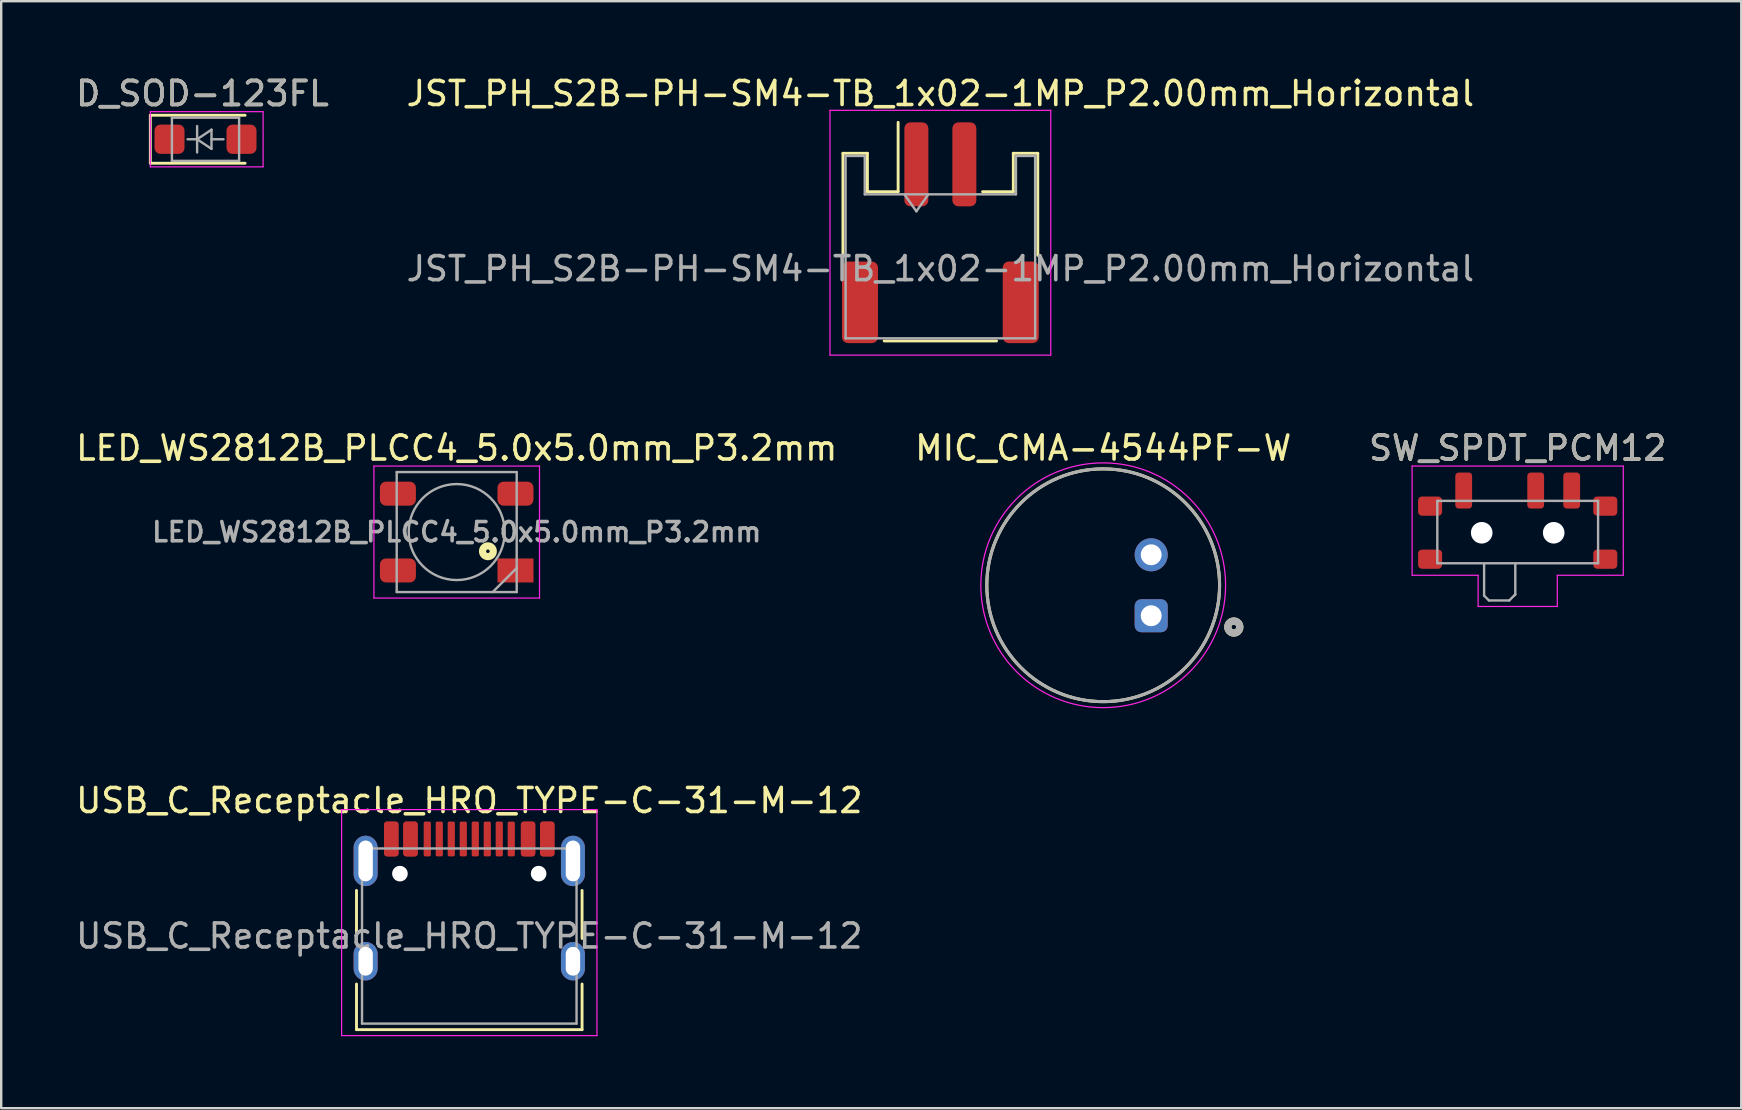
<source format=kicad_pcb>
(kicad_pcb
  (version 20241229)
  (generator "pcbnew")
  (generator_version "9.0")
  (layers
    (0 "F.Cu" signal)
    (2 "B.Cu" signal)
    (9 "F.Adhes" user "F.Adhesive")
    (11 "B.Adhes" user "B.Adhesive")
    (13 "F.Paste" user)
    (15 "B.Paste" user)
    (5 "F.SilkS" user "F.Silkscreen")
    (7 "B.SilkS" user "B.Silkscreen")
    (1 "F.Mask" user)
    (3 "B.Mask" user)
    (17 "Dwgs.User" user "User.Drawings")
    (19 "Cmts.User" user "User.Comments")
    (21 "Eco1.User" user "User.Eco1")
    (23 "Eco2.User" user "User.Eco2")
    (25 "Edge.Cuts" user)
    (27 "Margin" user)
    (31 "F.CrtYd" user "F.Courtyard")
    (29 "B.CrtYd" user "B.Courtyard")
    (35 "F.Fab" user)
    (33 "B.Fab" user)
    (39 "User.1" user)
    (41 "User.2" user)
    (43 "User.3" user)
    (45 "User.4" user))
  (footprint "D_SOD-123FL"
    (layer "F.Cu")
    (at 5.514 2.753)
    (property "Reference" "D_SOD-123FL" (at -0.127 -1.905 0) (layer "F.SilkS") (effects (font (size 1 1) (thickness 0.15))))
    (attr smd)
    (fp_line (start -2.3 -1) (end -2.3 1) (stroke (width 0.12) (type solid)) (layer "F.SilkS"))
    (fp_line (start -2.3 -1) (end 1.65 -1) (stroke (width 0.12) (type solid)) (layer "F.SilkS"))
    (fp_line (start -2.3 1) (end 1.65 1) (stroke (width 0.12) (type solid)) (layer "F.SilkS"))
    (fp_line (start -2.3 -1.15) (end -2.3 1.15) (stroke (width 0.05) (type solid)) (layer "F.CrtYd"))
    (fp_line (start -2.3 -1.15) (end 2.4 -1.15) (stroke (width 0.05) (type solid)) (layer "F.CrtYd"))
    (fp_line (start 2.4 -1.15) (end 2.4 1.15) (stroke (width 0.05) (type solid)) (layer "F.CrtYd"))
    (fp_line (start 2.4 1.15) (end -2.3 1.15) (stroke (width 0.05) (type solid)) (layer "F.CrtYd"))
    (fp_line (start -1.4 -0.9) (end 1.4 -0.9) (stroke (width 0.1) (type solid)) (layer "F.Fab"))
    (fp_line (start -1.4 0.9) (end -1.4 -0.9) (stroke (width 0.1) (type solid)) (layer "F.Fab"))
    (fp_line (start -0.75 0) (end -0.35 0) (stroke (width 0.1) (type solid)) (layer "F.Fab"))
    (fp_line (start -0.35 0) (end -0.35 -0.55) (stroke (width 0.1) (type solid)) (layer "F.Fab"))
    (fp_line (start -0.35 0) (end -0.35 0.55) (stroke (width 0.1) (type solid)) (layer "F.Fab"))
    (fp_line (start -0.35 0) (end 0.25 -0.4) (stroke (width 0.1) (type solid)) (layer "F.Fab"))
    (fp_line (start 0.25 -0.4) (end 0.25 0.4) (stroke (width 0.1) (type solid)) (layer "F.Fab"))
    (fp_line (start 0.25 0) (end 0.75 0) (stroke (width 0.1) (type solid)) (layer "F.Fab"))
    (fp_line (start 0.25 0.4) (end -0.35 0) (stroke (width 0.1) (type solid)) (layer "F.Fab"))
    (fp_line (start 1.4 -0.9) (end 1.4 0.9) (stroke (width 0.1) (type solid)) (layer "F.Fab"))
    (fp_line (start 1.4 0.9) (end -1.4 0.9) (stroke (width 0.1) (type solid)) (layer "F.Fab"))
    (fp_text user "${REFERENCE}" (at -0.127 -1.905 0) (layer "F.Fab") (effects (font (size 1 1) (thickness 0.15))))
    (pad "1" smd roundrect (at -1.5 0) (size 1.25 1.22) (layers "F.Cu" "F.Mask" "F.Paste") (roundrect_rratio 0.2))
    (pad "2" smd roundrect (at 1.5 0) (size 1.25 1.22) (layers "F.Cu" "F.Mask" "F.Paste") (roundrect_rratio 0.2)))
  (footprint "SW_SPDT_PCM12"
    (layer "F.Cu")
    (at 60.196 18.822)
    (property "Reference" "SW_SPDT_PCM12" (at 0 -3.2 0) (layer "F.SilkS") (effects (font (size 1 1) (thickness 0.15))))
    (attr smd)
    (fp_line (start -4.4 -2.45) (end 4.4 -2.45) (stroke (width 0.05) (type solid)) (layer "F.CrtYd"))
    (fp_line (start -4.4 2.1) (end -4.4 -2.45) (stroke (width 0.05) (type solid)) (layer "F.CrtYd"))
    (fp_line (start -1.65 2.1) (end -4.4 2.1) (stroke (width 0.05) (type solid)) (layer "F.CrtYd"))
    (fp_line (start -1.65 3.4) (end -1.65 2.1) (stroke (width 0.05) (type solid)) (layer "F.CrtYd"))
    (fp_line (start 1.65 2.1) (end 1.65 3.4) (stroke (width 0.05) (type solid)) (layer "F.CrtYd"))
    (fp_line (start 1.65 3.4) (end -1.65 3.4) (stroke (width 0.05) (type solid)) (layer "F.CrtYd"))
    (fp_line (start 4.4 -2.45) (end 4.4 2.1) (stroke (width 0.05) (type solid)) (layer "F.CrtYd"))
    (fp_line (start 4.4 2.1) (end 1.65 2.1) (stroke (width 0.05) (type solid)) (layer "F.CrtYd"))
    (fp_line (start -3.35 -1) (end -3.35 1.6) (stroke (width 0.1) (type solid)) (layer "F.Fab"))
    (fp_line (start -3.35 1.6) (end 3.35 1.6) (stroke (width 0.1) (type solid)) (layer "F.Fab"))
    (fp_line (start -1.4 1.65) (end -1.4 2.95) (stroke (width 0.1) (type solid)) (layer "F.Fab"))
    (fp_line (start -1.4 2.95) (end -1.2 3.15) (stroke (width 0.1) (type solid)) (layer "F.Fab"))
    (fp_line (start -1.2 3.15) (end -0.35 3.15) (stroke (width 0.1) (type solid)) (layer "F.Fab"))
    (fp_line (start -0.35 3.15) (end -0.15 2.95) (stroke (width 0.1) (type solid)) (layer "F.Fab"))
    (fp_line (start -0.15 2.95) (end -0.1 2.9) (stroke (width 0.1) (type solid)) (layer "F.Fab"))
    (fp_line (start -0.1 2.9) (end -0.1 1.6) (stroke (width 0.1) (type solid)) (layer "F.Fab"))
    (fp_line (start 3.35 -1) (end -3.35 -1) (stroke (width 0.1) (type solid)) (layer "F.Fab"))
    (fp_line (start 3.35 1.6) (end 3.35 -1) (stroke (width 0.1) (type solid)) (layer "F.Fab"))
    (fp_text user "${REFERENCE}" (at 0 -3.2 0) (layer "F.Fab") (effects (font (size 1 1) (thickness 0.15))))
    (pad "" np_thru_hole circle (at -1.5 0.33) (size 0.9 0.9) (drill 0.9) (layers "*.Cu" "*.Mask"))
    (pad "" np_thru_hole circle (at 1.5 0.33) (size 0.9 0.9) (drill 0.9) (layers "*.Cu" "*.Mask"))
    (pad "1" smd roundrect (at -2.25 -1.43) (size 0.7 1.5) (layers "F.Cu" "F.Mask" "F.Paste") (roundrect_rratio 0.2))
    (pad "2" smd roundrect (at 0.75 -1.43) (size 0.7 1.5) (layers "F.Cu" "F.Mask" "F.Paste") (roundrect_rratio 0.2))
    (pad "3" smd roundrect (at 2.25 -1.43) (size 0.7 1.5) (layers "F.Cu" "F.Mask" "F.Paste") (roundrect_rratio 0.2))
    (pad "MP" smd roundrect (at -3.65 -0.78) (size 1 0.8) (layers "F.Cu" "F.Mask" "F.Paste") (roundrect_rratio 0.2))
    (pad "MP" smd roundrect (at -3.65 1.43) (size 1 0.8) (layers "F.Cu" "F.Mask" "F.Paste") (roundrect_rratio 0.2))
    (pad "MP" smd roundrect (at 3.65 -0.78) (size 1 0.8) (layers "F.Cu" "F.Mask" "F.Paste") (roundrect_rratio 0.2))
    (pad "MP" smd roundrect (at 3.65 1.43) (size 1 0.8) (layers "F.Cu" "F.Mask" "F.Paste") (roundrect_rratio 0.2)))
  (footprint "JST_PH_S2B-PH-SM4-TB_1x02-1MP_P2.00mm_Horizontal"
    (layer "F.Cu")
    (at 36.137 6.648)
    (property "Reference" "JST_PH_S2B-PH-SM4-TB_1x02-1MP_P2.00mm_Horizontal" (at 0 -5.8 0) (layer "F.SilkS") (effects (font (size 1 1) (thickness 0.15))))
    (attr smd)
    (fp_line (start -4.06 -3.31) (end -3.04 -3.31) (stroke (width 0.12) (type solid)) (layer "F.SilkS"))
    (fp_line (start -4.06 0.94) (end -4.06 -3.31) (stroke (width 0.12) (type solid)) (layer "F.SilkS"))
    (fp_line (start -3.04 -3.31) (end -3.04 -1.71) (stroke (width 0.12) (type solid)) (layer "F.SilkS"))
    (fp_line (start -3.04 -1.71) (end -1.76 -1.71) (stroke (width 0.12) (type solid)) (layer "F.SilkS"))
    (fp_line (start -2.34 4.51) (end 2.34 4.51) (stroke (width 0.12) (type solid)) (layer "F.SilkS"))
    (fp_line (start -1.76 -1.71) (end -1.76 -4.6) (stroke (width 0.12) (type solid)) (layer "F.SilkS"))
    (fp_line (start 3.04 -3.31) (end 3.04 -1.71) (stroke (width 0.12) (type solid)) (layer "F.SilkS"))
    (fp_line (start 3.04 -1.71) (end 1.76 -1.71) (stroke (width 0.12) (type solid)) (layer "F.SilkS"))
    (fp_line (start 4.06 -3.31) (end 3.04 -3.31) (stroke (width 0.12) (type solid)) (layer "F.SilkS"))
    (fp_line (start 4.06 0.94) (end 4.06 -3.31) (stroke (width 0.12) (type solid)) (layer "F.SilkS"))
    (fp_line (start -4.6 -5.1) (end -4.6 5.1) (stroke (width 0.05) (type solid)) (layer "F.CrtYd"))
    (fp_line (start -4.6 5.1) (end 4.6 5.1) (stroke (width 0.05) (type solid)) (layer "F.CrtYd"))
    (fp_line (start 4.6 -5.1) (end -4.6 -5.1) (stroke (width 0.05) (type solid)) (layer "F.CrtYd"))
    (fp_line (start 4.6 5.1) (end 4.6 -5.1) (stroke (width 0.05) (type solid)) (layer "F.CrtYd"))
    (fp_line (start -3.95 -3.2) (end -3.95 4.4) (stroke (width 0.1) (type solid)) (layer "F.Fab"))
    (fp_line (start -3.95 -3.2) (end -3.15 -3.2) (stroke (width 0.1) (type solid)) (layer "F.Fab"))
    (fp_line (start -3.95 4.4) (end 3.95 4.4) (stroke (width 0.1) (type solid)) (layer "F.Fab"))
    (fp_line (start -3.15 -3.2) (end -3.15 -1.6) (stroke (width 0.1) (type solid)) (layer "F.Fab"))
    (fp_line (start -3.15 -1.6) (end 3.15 -1.6) (stroke (width 0.1) (type solid)) (layer "F.Fab"))
    (fp_line (start -1.5 -1.6) (end -1 -0.893) (stroke (width 0.1) (type solid)) (layer "F.Fab"))
    (fp_line (start -1 -0.893) (end -0.5 -1.6) (stroke (width 0.1) (type solid)) (layer "F.Fab"))
    (fp_line (start 3.15 -3.2) (end 3.95 -3.2) (stroke (width 0.1) (type solid)) (layer "F.Fab"))
    (fp_line (start 3.15 -1.6) (end 3.15 -3.2) (stroke (width 0.1) (type solid)) (layer "F.Fab"))
    (fp_line (start 3.95 -3.2) (end 3.95 4.4) (stroke (width 0.1) (type solid)) (layer "F.Fab"))
    (fp_text user "${REFERENCE}" (at 0 1.5 0) (layer "F.Fab") (effects (font (size 1 1) (thickness 0.15))))
    (pad "1" smd roundrect (at -1 -2.85) (size 1 3.5) (layers "F.Cu" "F.Mask" "F.Paste") (roundrect_rratio 0.25))
    (pad "2" smd roundrect (at -3.35 2.9) (size 1.5 3.4) (layers "F.Cu" "F.Mask" "F.Paste") (roundrect_rratio 0.167))
    (pad "2" smd roundrect (at 1 -2.85) (size 1 3.5) (layers "F.Cu" "F.Mask" "F.Paste") (roundrect_rratio 0.25))
    (pad "2" smd roundrect (at 3.35 2.9) (size 1.5 3.4) (layers "F.Cu" "F.Mask" "F.Paste") (roundrect_rratio 0.167)))
  (footprint "USB_C_Receptacle_HRO_TYPE-C-31-M-12"
    (layer "F.Cu")
    (at 16.506 35.957)
    (property "Reference" "USB_C_Receptacle_HRO_TYPE-C-31-M-12" (at 0 -5.645 0) (layer "F.SilkS") (effects (font (size 1 1) (thickness 0.15))))
    (attr smd)
    (fp_line (start -4.7 -1.9) (end -4.7 0.1) (stroke (width 0.12) (type solid)) (layer "F.SilkS"))
    (fp_line (start -4.7 2) (end -4.7 3.9) (stroke (width 0.12) (type solid)) (layer "F.SilkS"))
    (fp_line (start -4.7 3.9) (end 4.7 3.9) (stroke (width 0.12) (type solid)) (layer "F.SilkS"))
    (fp_line (start 4.7 -1.9) (end 4.7 0.1) (stroke (width 0.12) (type solid)) (layer "F.SilkS"))
    (fp_line (start 4.7 2) (end 4.7 3.9) (stroke (width 0.12) (type solid)) (layer "F.SilkS"))
    (fp_line (start -5.32 -5.27) (end -5.32 4.15) (stroke (width 0.05) (type solid)) (layer "F.CrtYd"))
    (fp_line (start -5.32 -5.27) (end 5.32 -5.27) (stroke (width 0.05) (type solid)) (layer "F.CrtYd"))
    (fp_line (start -5.32 4.15) (end 5.32 4.15) (stroke (width 0.05) (type solid)) (layer "F.CrtYd"))
    (fp_line (start 5.32 -5.27) (end 5.32 4.15) (stroke (width 0.05) (type solid)) (layer "F.CrtYd"))
    (fp_line (start -4.47 -3.65) (end -4.47 3.65) (stroke (width 0.1) (type solid)) (layer "F.Fab"))
    (fp_line (start -4.47 -3.65) (end 4.47 -3.65) (stroke (width 0.1) (type solid)) (layer "F.Fab"))
    (fp_line (start -4.47 3.65) (end 4.47 3.65) (stroke (width 0.1) (type solid)) (layer "F.Fab"))
    (fp_line (start 4.47 -3.65) (end 4.47 3.65) (stroke (width 0.1) (type solid)) (layer "F.Fab"))
    (fp_text user "${REFERENCE}" (at 0 0 0) (layer "F.Fab") (effects (font (size 1 1) (thickness 0.15))))
    (pad "" smd oval (at -4.55 -3.13) (size 1.5 2.5) (layers "F.Paste"))
    (pad "" smd oval (at -4.55 1.05) (size 1.5 2.1) (layers "F.Paste"))
    (pad "" np_thru_hole circle (at -2.89 -2.6) (size 0.65 0.65) (drill 0.65) (layers "*.Cu" "*.Mask"))
    (pad "" np_thru_hole circle (at 2.89 -2.6) (size 0.65 0.65) (drill 0.65) (layers "*.Cu" "*.Mask"))
    (pad "" smd oval (at 4.55 -3.13) (size 1.5 2.5) (layers "F.Paste"))
    (pad "" smd oval (at 4.55 1.05) (size 1.5 2.1) (layers "F.Paste"))
    (pad "A1" smd roundrect (at -3.25 -4.045) (size 0.6 1.45) (layers "F.Cu" "F.Mask" "F.Paste") (roundrect_rratio 0.2))
    (pad "A4" smd roundrect (at -2.45 -4.045) (size 0.6 1.45) (layers "F.Cu" "F.Mask" "F.Paste") (roundrect_rratio 0.2))
    (pad "A5" smd roundrect (at -1.25 -4.045) (size 0.3 1.45) (layers "F.Cu" "F.Mask" "F.Paste") (roundrect_rratio 0.2))
    (pad "A6" smd roundrect (at -0.25 -4.045) (size 0.3 1.45) (layers "F.Cu" "F.Mask" "F.Paste") (roundrect_rratio 0.2))
    (pad "A7" smd roundrect (at 0.25 -4.045) (size 0.3 1.45) (layers "F.Cu" "F.Mask" "F.Paste") (roundrect_rratio 0.2))
    (pad "A8" smd roundrect (at 1.25 -4.045) (size 0.3 1.45) (layers "F.Cu" "F.Mask" "F.Paste") (roundrect_rratio 0.2))
    (pad "A9" smd roundrect (at 2.45 -4.045) (size 0.6 1.45) (layers "F.Cu" "F.Mask" "F.Paste") (roundrect_rratio 0.2))
    (pad "A12" smd roundrect (at 3.25 -4.045) (size 0.6 1.45) (layers "F.Cu" "F.Mask" "F.Paste") (roundrect_rratio 0.2))
    (pad "B1" smd roundrect (at 3.25 -4.045) (size 0.6 1.45) (layers "F.Cu" "F.Mask" "F.Paste") (roundrect_rratio 0.2))
    (pad "B4" smd roundrect (at 2.45 -4.045) (size 0.6 1.45) (layers "F.Cu" "F.Mask" "F.Paste") (roundrect_rratio 0.2))
    (pad "B5" smd roundrect (at 1.75 -4.045) (size 0.3 1.45) (layers "F.Cu" "F.Mask" "F.Paste") (roundrect_rratio 0.2))
    (pad "B6" smd roundrect (at 0.75 -4.045) (size 0.3 1.45) (layers "F.Cu" "F.Mask" "F.Paste") (roundrect_rratio 0.2))
    (pad "B7" smd roundrect (at -0.75 -4.045) (size 0.3 1.45) (layers "F.Cu" "F.Mask" "F.Paste") (roundrect_rratio 0.2))
    (pad "B8" smd roundrect (at -1.75 -4.045) (size 0.3 1.45) (layers "F.Cu" "F.Mask" "F.Paste") (roundrect_rratio 0.2))
    (pad "B9" smd roundrect (at -2.45 -4.045) (size 0.6 1.45) (layers "F.Cu" "F.Mask" "F.Paste") (roundrect_rratio 0.2))
    (pad "B12" smd roundrect (at -3.25 -4.045) (size 0.6 1.45) (layers "F.Cu" "F.Mask" "F.Paste") (roundrect_rratio 0.2))
    (pad "S1" thru_hole oval (at -4.32 -3.13) (size 1 2.1) (drill oval 0.6 1.7) (layers "*.Cu" "*.Mask" "F.Paste"))
    (pad "S1" thru_hole oval (at -4.32 1.05) (size 1 1.6) (drill oval 0.6 1.2) (layers "*.Cu" "*.Mask" "F.Paste"))
    (pad "S1" thru_hole oval (at 4.32 -3.13) (size 1 2.1) (drill oval 0.6 1.7) (layers "*.Cu" "*.Mask" "F.Paste"))
    (pad "S1" thru_hole oval (at 4.32 1.05) (size 1 1.6) (drill oval 0.6 1.2) (layers "*.Cu" "*.Mask" "F.Paste")))
  (footprint "MIC_CMA-4544PF-W"
    (layer "F.Cu")
    (at 42.923 21.339)
    (property "Reference" "MIC_CMA-4544PF-W" (at 0 -5.717 0) (layer "F.SilkS") (effects (font (size 1 1) (thickness 0.15))))
    (attr through_hole)
    (fp_circle (center 0 0) (end 4.85 0) (stroke (width 0.127) (type solid)) (fill no) (layer "F.SilkS"))
    (fp_circle (center 5.443 1.741) (end 5.543 1.741) (stroke (width 0.3) (type solid)) (fill no) (layer "F.SilkS"))
    (fp_circle (center 0 0) (end 5.1 0) (stroke (width 0.05) (type solid)) (fill no) (layer "F.CrtYd"))
    (fp_circle (center 0 0) (end 4.85 0) (stroke (width 0.127) (type solid)) (fill no) (layer "F.Fab"))
    (fp_circle (center 5.443 1.741) (end 5.543 1.741) (stroke (width 0.3) (type solid)) (fill no) (layer "F.Fab"))
    (pad "1" thru_hole roundrect (at 2 1.27) (size 1.378 1.378) (drill 0.87) (layers "*.Cu" "*.Mask") (roundrect_rratio 0.2))
    (pad "2" thru_hole circle (at 2 -1.27) (size 1.378 1.378) (drill 0.87) (layers "*.Cu" "*.Mask")))
  (footprint "LED_WS2812B_PLCC4_5.0x5.0mm_P3.2mm"
    (layer "F.Cu")
    (at 15.982 19.122)
    (property "Reference" "LED_WS2812B_PLCC4_5.0x5.0mm_P3.2mm" (at 0 -3.5 0) (layer "F.SilkS") (effects (font (size 1 1) (thickness 0.15))))
    (attr smd)
    (fp_circle (center 1.3 0.8) (end 1.524 0.8) (stroke (width 0.3) (type solid)) (fill no) (layer "F.SilkS"))
    (fp_line (start -3.45 -2.75) (end -3.45 2.75) (stroke (width 0.05) (type solid)) (layer "F.CrtYd"))
    (fp_line (start -3.45 2.75) (end 3.45 2.75) (stroke (width 0.05) (type solid)) (layer "F.CrtYd"))
    (fp_line (start 3.45 -2.75) (end -3.45 -2.75) (stroke (width 0.05) (type solid)) (layer "F.CrtYd"))
    (fp_line (start 3.45 2.75) (end 3.45 -2.75) (stroke (width 0.05) (type solid)) (layer "F.CrtYd"))
    (fp_line (start -2.5 -2.5) (end -2.5 2.5) (stroke (width 0.1) (type solid)) (layer "F.Fab"))
    (fp_line (start -2.5 2.5) (end 2.5 2.5) (stroke (width 0.1) (type solid)) (layer "F.Fab"))
    (fp_line (start 2.5 -2.5) (end -2.5 -2.5) (stroke (width 0.1) (type solid)) (layer "F.Fab"))
    (fp_line (start 2.5 1.5) (end 1.5 2.5) (stroke (width 0.1) (type solid)) (layer "F.Fab"))
    (fp_line (start 2.5 2.5) (end 2.5 -2.5) (stroke (width 0.1) (type solid)) (layer "F.Fab"))
    (fp_circle (center 0 0) (end 0 -2) (stroke (width 0.1) (type solid)) (fill no) (layer "F.Fab"))
    (fp_text user "${REFERENCE}" (at 0 0 0) (layer "F.Fab") (effects (font (size 0.8 0.8) (thickness 0.15))))
    (pad "1" smd roundrect (at -2.45 -1.6) (size 1.5 1) (layers "F.Cu" "F.Mask" "F.Paste") (roundrect_rratio 0.25))
    (pad "2" smd roundrect (at -2.45 1.6) (size 1.5 1) (layers "F.Cu" "F.Mask" "F.Paste") (roundrect_rratio 0.25))
    (pad "3" smd rect (at 2.45 1.6) (size 1.5 1) (layers "F.Cu" "F.Mask" "F.Paste"))
    (pad "4" smd roundrect (at 2.45 -1.6) (size 1.5 1) (layers "F.Cu" "F.Mask" "F.Paste") (roundrect_rratio 0.25)))
  (gr_rect
    (start -3 -3)
    (end 69.512 43.132)
    (stroke (width 0.1) (type default))
    (fill no)
    (layer "Edge.Cuts")))
</source>
